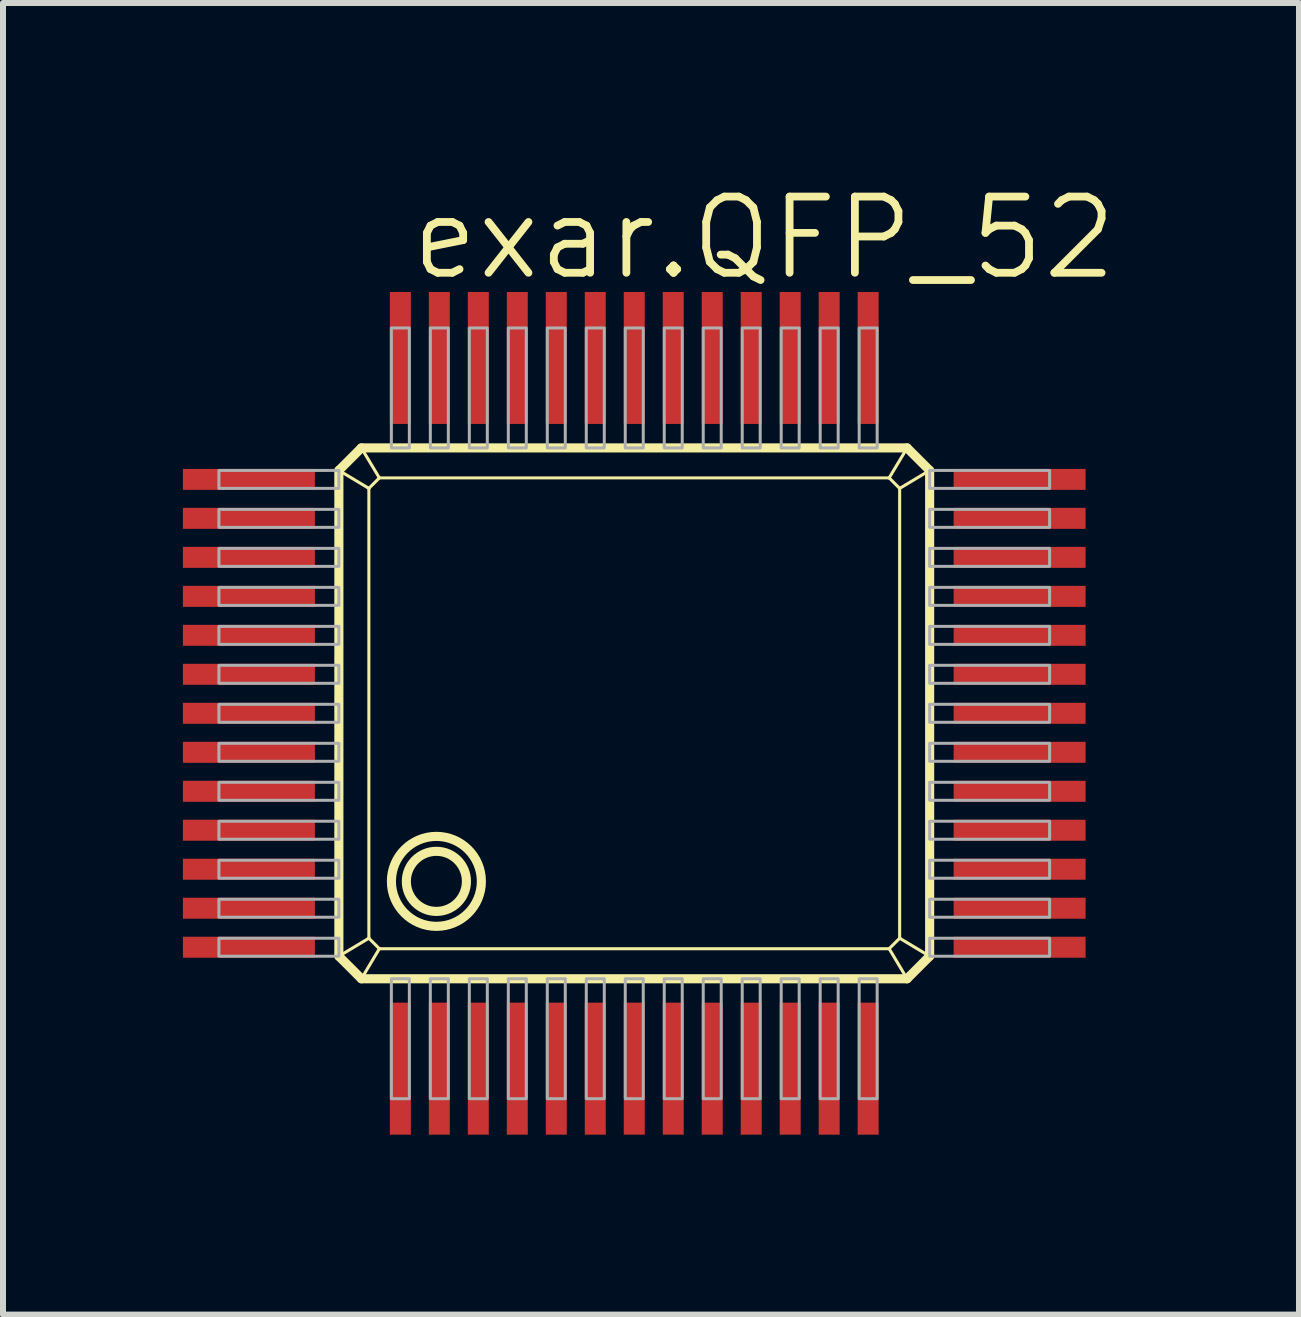
<source format=kicad_pcb>
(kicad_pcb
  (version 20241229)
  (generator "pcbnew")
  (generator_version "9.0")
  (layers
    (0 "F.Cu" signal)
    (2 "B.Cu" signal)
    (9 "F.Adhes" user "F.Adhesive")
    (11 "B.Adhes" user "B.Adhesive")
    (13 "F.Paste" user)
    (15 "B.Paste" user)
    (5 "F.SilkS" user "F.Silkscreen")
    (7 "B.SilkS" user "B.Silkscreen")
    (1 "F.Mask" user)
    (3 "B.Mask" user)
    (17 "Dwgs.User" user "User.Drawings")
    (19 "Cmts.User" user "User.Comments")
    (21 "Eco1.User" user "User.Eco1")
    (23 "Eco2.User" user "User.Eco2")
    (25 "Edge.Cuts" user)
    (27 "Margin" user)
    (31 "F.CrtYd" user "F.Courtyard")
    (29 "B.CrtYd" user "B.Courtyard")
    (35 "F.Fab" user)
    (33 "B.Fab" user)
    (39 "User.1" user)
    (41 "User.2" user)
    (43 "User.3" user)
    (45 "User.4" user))
  (footprint "exar.QFP_52"
    (layer "F.Cu")
    (at 7.2 8.518)
    (property "Reference" "exar.QFP_52" (at -3.46 -6.858 0) (layer "F.SilkS") (effects (font (size 1.27 1.27) (thickness 0.13)) (justify left bottom)))
    (attr smd)
    (fp_line (start -4.6 -3.725) (end -4.225 -4.1) (stroke (width 0.152) (type default)) (layer "F.SilkS"))
    (fp_line (start -4.6 -3.725) (end -4.1 -3.425) (stroke (width 0.051) (type default)) (layer "F.SilkS"))
    (fp_line (start -4.6 4.375) (end -4.6 -3.725) (stroke (width 0.152) (type default)) (layer "F.SilkS"))
    (fp_line (start -4.6 4.375) (end -4.1 4.075) (stroke (width 0.051) (type default)) (layer "F.SilkS"))
    (fp_line (start -4.225 -4.1) (end -3.925 -3.6) (stroke (width 0.051) (type default)) (layer "F.SilkS"))
    (fp_line (start -4.225 -4.1) (end 4.875 -4.1) (stroke (width 0.152) (type default)) (layer "F.SilkS"))
    (fp_line (start -4.224 4.751) (end -4.6 4.375) (stroke (width 0.152) (type default)) (layer "F.SilkS"))
    (fp_line (start -4.224 4.751) (end -3.925 4.25) (stroke (width 0.051) (type default)) (layer "F.SilkS"))
    (fp_line (start -4.1 -3.425) (end -3.925 -3.6) (stroke (width 0.051) (type default)) (layer "F.SilkS"))
    (fp_line (start -4.1 4.075) (end -4.1 -3.425) (stroke (width 0.051) (type default)) (layer "F.SilkS"))
    (fp_line (start -3.925 -3.6) (end 4.575 -3.6) (stroke (width 0.051) (type default)) (layer "F.SilkS"))
    (fp_line (start -3.925 4.25) (end -4.1 4.075) (stroke (width 0.051) (type default)) (layer "F.SilkS"))
    (fp_line (start 4.575 -3.6) (end 4.75 -3.425) (stroke (width 0.051) (type default)) (layer "F.SilkS"))
    (fp_line (start 4.575 4.25) (end -3.925 4.25) (stroke (width 0.051) (type default)) (layer "F.SilkS"))
    (fp_line (start 4.75 -3.425) (end 4.75 4.075) (stroke (width 0.051) (type default)) (layer "F.SilkS"))
    (fp_line (start 4.75 4.075) (end 4.575 4.25) (stroke (width 0.051) (type default)) (layer "F.SilkS"))
    (fp_line (start 4.874 4.751) (end -4.224 4.751) (stroke (width 0.152) (type default)) (layer "F.SilkS"))
    (fp_line (start 4.874 4.751) (end 4.575 4.25) (stroke (width 0.051) (type default)) (layer "F.SilkS"))
    (fp_line (start 4.875 -4.1) (end 4.575 -3.6) (stroke (width 0.051) (type default)) (layer "F.SilkS"))
    (fp_line (start 4.875 -4.1) (end 5.25 -3.725) (stroke (width 0.152) (type default)) (layer "F.SilkS"))
    (fp_line (start 5.25 -3.725) (end 4.75 -3.425) (stroke (width 0.051) (type default)) (layer "F.SilkS"))
    (fp_line (start 5.25 -3.725) (end 5.25 4.375) (stroke (width 0.152) (type default)) (layer "F.SilkS"))
    (fp_line (start 5.25 4.375) (end 4.75 4.075) (stroke (width 0.051) (type default)) (layer "F.SilkS"))
    (fp_line (start 5.25 4.375) (end 4.874 4.751) (stroke (width 0.152) (type default)) (layer "F.SilkS"))
    (fp_circle (center -2.974 3.127) (end -2.473 3.127) (stroke (width 0.152) (type default)) (fill no) (layer "F.SilkS"))
    (fp_circle (center -2.974 3.127) (end -2.224 3.127) (stroke (width 0.152) (type default)) (fill no) (layer "F.SilkS"))
    (fp_rect (start -6.6 -3.425) (end -4.6 -3.725) (stroke (width 0.05) (type default)) (fill no) (layer "F.Fab"))
    (fp_rect (start -6.6 -2.775) (end -4.6 -3.075) (stroke (width 0.05) (type default)) (fill no) (layer "F.Fab"))
    (fp_rect (start -6.6 -2.125) (end -4.6 -2.425) (stroke (width 0.05) (type default)) (fill no) (layer "F.Fab"))
    (fp_rect (start -6.6 -1.475) (end -4.6 -1.775) (stroke (width 0.05) (type default)) (fill no) (layer "F.Fab"))
    (fp_rect (start -6.6 -0.825) (end -4.6 -1.125) (stroke (width 0.05) (type default)) (fill no) (layer "F.Fab"))
    (fp_rect (start -6.6 -0.175) (end -4.6 -0.475) (stroke (width 0.05) (type default)) (fill no) (layer "F.Fab"))
    (fp_rect (start -6.6 0.475) (end -4.6 0.175) (stroke (width 0.05) (type default)) (fill no) (layer "F.Fab"))
    (fp_rect (start -6.6 1.125) (end -4.6 0.825) (stroke (width 0.05) (type default)) (fill no) (layer "F.Fab"))
    (fp_rect (start -6.6 1.775) (end -4.6 1.475) (stroke (width 0.05) (type default)) (fill no) (layer "F.Fab"))
    (fp_rect (start -6.6 2.425) (end -4.6 2.125) (stroke (width 0.05) (type default)) (fill no) (layer "F.Fab"))
    (fp_rect (start -6.6 3.075) (end -4.6 2.775) (stroke (width 0.05) (type default)) (fill no) (layer "F.Fab"))
    (fp_rect (start -6.6 3.725) (end -4.6 3.425) (stroke (width 0.05) (type default)) (fill no) (layer "F.Fab"))
    (fp_rect (start -6.6 4.375) (end -4.6 4.075) (stroke (width 0.05) (type default)) (fill no) (layer "F.Fab"))
    (fp_rect (start -3.725 -4.1) (end -3.425 -6.1) (stroke (width 0.05) (type default)) (fill no) (layer "F.Fab"))
    (fp_rect (start -3.725 6.751) (end -3.425 4.751) (stroke (width 0.05) (type default)) (fill no) (layer "F.Fab"))
    (fp_rect (start -3.075 -4.1) (end -2.775 -6.1) (stroke (width 0.05) (type default)) (fill no) (layer "F.Fab"))
    (fp_rect (start -3.075 6.751) (end -2.775 4.751) (stroke (width 0.05) (type default)) (fill no) (layer "F.Fab"))
    (fp_rect (start -2.425 -4.1) (end -2.125 -6.1) (stroke (width 0.05) (type default)) (fill no) (layer "F.Fab"))
    (fp_rect (start -2.425 6.751) (end -2.125 4.751) (stroke (width 0.05) (type default)) (fill no) (layer "F.Fab"))
    (fp_rect (start -1.775 -4.1) (end -1.475 -6.1) (stroke (width 0.05) (type default)) (fill no) (layer "F.Fab"))
    (fp_rect (start -1.775 6.751) (end -1.475 4.751) (stroke (width 0.05) (type default)) (fill no) (layer "F.Fab"))
    (fp_rect (start -1.125 -4.1) (end -0.825 -6.1) (stroke (width 0.05) (type default)) (fill no) (layer "F.Fab"))
    (fp_rect (start -1.125 6.751) (end -0.825 4.751) (stroke (width 0.05) (type default)) (fill no) (layer "F.Fab"))
    (fp_rect (start -0.475 -4.1) (end -0.175 -6.1) (stroke (width 0.05) (type default)) (fill no) (layer "F.Fab"))
    (fp_rect (start -0.475 6.751) (end -0.175 4.751) (stroke (width 0.05) (type default)) (fill no) (layer "F.Fab"))
    (fp_rect (start 0.175 -4.1) (end 0.475 -6.1) (stroke (width 0.05) (type default)) (fill no) (layer "F.Fab"))
    (fp_rect (start 0.175 6.751) (end 0.475 4.751) (stroke (width 0.05) (type default)) (fill no) (layer "F.Fab"))
    (fp_rect (start 0.825 -4.1) (end 1.125 -6.1) (stroke (width 0.05) (type default)) (fill no) (layer "F.Fab"))
    (fp_rect (start 0.825 6.751) (end 1.125 4.751) (stroke (width 0.05) (type default)) (fill no) (layer "F.Fab"))
    (fp_rect (start 1.475 -4.1) (end 1.775 -6.1) (stroke (width 0.05) (type default)) (fill no) (layer "F.Fab"))
    (fp_rect (start 1.475 6.751) (end 1.775 4.751) (stroke (width 0.05) (type default)) (fill no) (layer "F.Fab"))
    (fp_rect (start 2.125 -4.1) (end 2.425 -6.1) (stroke (width 0.05) (type default)) (fill no) (layer "F.Fab"))
    (fp_rect (start 2.125 6.751) (end 2.425 4.751) (stroke (width 0.05) (type default)) (fill no) (layer "F.Fab"))
    (fp_rect (start 2.775 -4.1) (end 3.075 -6.1) (stroke (width 0.05) (type default)) (fill no) (layer "F.Fab"))
    (fp_rect (start 2.775 6.751) (end 3.075 4.751) (stroke (width 0.05) (type default)) (fill no) (layer "F.Fab"))
    (fp_rect (start 3.425 -4.1) (end 3.725 -6.1) (stroke (width 0.05) (type default)) (fill no) (layer "F.Fab"))
    (fp_rect (start 3.425 6.751) (end 3.725 4.751) (stroke (width 0.05) (type default)) (fill no) (layer "F.Fab"))
    (fp_rect (start 4.075 -4.1) (end 4.375 -6.1) (stroke (width 0.05) (type default)) (fill no) (layer "F.Fab"))
    (fp_rect (start 4.075 6.751) (end 4.375 4.751) (stroke (width 0.05) (type default)) (fill no) (layer "F.Fab"))
    (fp_rect (start 5.25 -3.425) (end 7.25 -3.725) (stroke (width 0.05) (type default)) (fill no) (layer "F.Fab"))
    (fp_rect (start 5.25 -2.775) (end 7.25 -3.075) (stroke (width 0.05) (type default)) (fill no) (layer "F.Fab"))
    (fp_rect (start 5.25 -2.125) (end 7.25 -2.425) (stroke (width 0.05) (type default)) (fill no) (layer "F.Fab"))
    (fp_rect (start 5.25 -1.475) (end 7.25 -1.775) (stroke (width 0.05) (type default)) (fill no) (layer "F.Fab"))
    (fp_rect (start 5.25 -0.825) (end 7.25 -1.125) (stroke (width 0.05) (type default)) (fill no) (layer "F.Fab"))
    (fp_rect (start 5.25 -0.175) (end 7.25 -0.475) (stroke (width 0.05) (type default)) (fill no) (layer "F.Fab"))
    (fp_rect (start 5.25 0.475) (end 7.25 0.175) (stroke (width 0.05) (type default)) (fill no) (layer "F.Fab"))
    (fp_rect (start 5.25 1.125) (end 7.25 0.825) (stroke (width 0.05) (type default)) (fill no) (layer "F.Fab"))
    (fp_rect (start 5.25 1.775) (end 7.25 1.475) (stroke (width 0.05) (type default)) (fill no) (layer "F.Fab"))
    (fp_rect (start 5.25 2.425) (end 7.25 2.125) (stroke (width 0.05) (type default)) (fill no) (layer "F.Fab"))
    (fp_rect (start 5.25 3.075) (end 7.25 2.775) (stroke (width 0.05) (type default)) (fill no) (layer "F.Fab"))
    (fp_rect (start 5.25 3.725) (end 7.25 3.425) (stroke (width 0.05) (type default)) (fill no) (layer "F.Fab"))
    (fp_rect (start 5.25 4.375) (end 7.25 4.075) (stroke (width 0.05) (type default)) (fill no) (layer "F.Fab"))
    (pad "1" smd roundrect (at -3.575 6.25) (size 0.35 2.2) (layers "F.Cu" "F.Mask" "F.Paste") (roundrect_rratio 0.01))
    (pad "2" smd roundrect (at -2.925 6.25) (size 0.35 2.2) (layers "F.Cu" "F.Mask" "F.Paste") (roundrect_rratio 0.01))
    (pad "3" smd roundrect (at -2.275 6.25) (size 0.35 2.2) (layers "F.Cu" "F.Mask" "F.Paste") (roundrect_rratio 0.01))
    (pad "4" smd roundrect (at -1.625 6.25) (size 0.35 2.2) (layers "F.Cu" "F.Mask" "F.Paste") (roundrect_rratio 0.01))
    (pad "5" smd roundrect (at -0.975 6.25) (size 0.35 2.2) (layers "F.Cu" "F.Mask" "F.Paste") (roundrect_rratio 0.01))
    (pad "6" smd roundrect (at -0.325 6.25) (size 0.35 2.2) (layers "F.Cu" "F.Mask" "F.Paste") (roundrect_rratio 0.01))
    (pad "7" smd roundrect (at 0.325 6.25) (size 0.35 2.2) (layers "F.Cu" "F.Mask" "F.Paste") (roundrect_rratio 0.01))
    (pad "8" smd roundrect (at 0.975 6.25) (size 0.35 2.2) (layers "F.Cu" "F.Mask" "F.Paste") (roundrect_rratio 0.01))
    (pad "9" smd roundrect (at 1.625 6.25) (size 0.35 2.2) (layers "F.Cu" "F.Mask" "F.Paste") (roundrect_rratio 0.01))
    (pad "10" smd roundrect (at 2.275 6.25) (size 0.35 2.2) (layers "F.Cu" "F.Mask" "F.Paste") (roundrect_rratio 0.01))
    (pad "11" smd roundrect (at 2.925 6.25) (size 0.35 2.2) (layers "F.Cu" "F.Mask" "F.Paste") (roundrect_rratio 0.01))
    (pad "12" smd roundrect (at 3.575 6.25) (size 0.35 2.2) (layers "F.Cu" "F.Mask" "F.Paste") (roundrect_rratio 0.01))
    (pad "13" smd roundrect (at 4.225 6.25) (size 0.35 2.2) (layers "F.Cu" "F.Mask" "F.Paste") (roundrect_rratio 0.01))
    (pad "14" smd roundrect (at 6.75 4.225) (size 2.2 0.35) (layers "F.Cu" "F.Mask" "F.Paste") (roundrect_rratio 0.01))
    (pad "15" smd roundrect (at 6.75 3.575) (size 2.2 0.35) (layers "F.Cu" "F.Mask" "F.Paste") (roundrect_rratio 0.01))
    (pad "16" smd roundrect (at 6.75 2.925) (size 2.2 0.35) (layers "F.Cu" "F.Mask" "F.Paste") (roundrect_rratio 0.01))
    (pad "17" smd roundrect (at 6.75 2.275) (size 2.2 0.35) (layers "F.Cu" "F.Mask" "F.Paste") (roundrect_rratio 0.01))
    (pad "18" smd roundrect (at 6.75 1.625) (size 2.2 0.35) (layers "F.Cu" "F.Mask" "F.Paste") (roundrect_rratio 0.01))
    (pad "19" smd roundrect (at 6.75 0.975) (size 2.2 0.35) (layers "F.Cu" "F.Mask" "F.Paste") (roundrect_rratio 0.01))
    (pad "20" smd roundrect (at 6.75 0.325) (size 2.2 0.35) (layers "F.Cu" "F.Mask" "F.Paste") (roundrect_rratio 0.01))
    (pad "21" smd roundrect (at 6.75 -0.325) (size 2.2 0.35) (layers "F.Cu" "F.Mask" "F.Paste") (roundrect_rratio 0.01))
    (pad "22" smd roundrect (at 6.75 -0.975) (size 2.2 0.35) (layers "F.Cu" "F.Mask" "F.Paste") (roundrect_rratio 0.01))
    (pad "23" smd roundrect (at 6.75 -1.625) (size 2.2 0.35) (layers "F.Cu" "F.Mask" "F.Paste") (roundrect_rratio 0.01))
    (pad "24" smd roundrect (at 6.75 -2.275) (size 2.2 0.35) (layers "F.Cu" "F.Mask" "F.Paste") (roundrect_rratio 0.01))
    (pad "25" smd roundrect (at 6.75 -2.925) (size 2.2 0.35) (layers "F.Cu" "F.Mask" "F.Paste") (roundrect_rratio 0.01))
    (pad "26" smd roundrect (at 6.75 -3.575) (size 2.2 0.35) (layers "F.Cu" "F.Mask" "F.Paste") (roundrect_rratio 0.01))
    (pad "27" smd roundrect (at 4.225 -5.6) (size 0.35 2.2) (layers "F.Cu" "F.Mask" "F.Paste") (roundrect_rratio 0.01))
    (pad "28" smd roundrect (at 3.575 -5.6) (size 0.35 2.2) (layers "F.Cu" "F.Mask" "F.Paste") (roundrect_rratio 0.01))
    (pad "29" smd roundrect (at 2.925 -5.6) (size 0.35 2.2) (layers "F.Cu" "F.Mask" "F.Paste") (roundrect_rratio 0.01))
    (pad "30" smd roundrect (at 2.275 -5.6) (size 0.35 2.2) (layers "F.Cu" "F.Mask" "F.Paste") (roundrect_rratio 0.01))
    (pad "31" smd roundrect (at 1.625 -5.6) (size 0.35 2.2) (layers "F.Cu" "F.Mask" "F.Paste") (roundrect_rratio 0.01))
    (pad "32" smd roundrect (at 0.975 -5.6) (size 0.35 2.2) (layers "F.Cu" "F.Mask" "F.Paste") (roundrect_rratio 0.01))
    (pad "33" smd roundrect (at 0.325 -5.6) (size 0.35 2.2) (layers "F.Cu" "F.Mask" "F.Paste") (roundrect_rratio 0.01))
    (pad "34" smd roundrect (at -0.325 -5.6) (size 0.35 2.2) (layers "F.Cu" "F.Mask" "F.Paste") (roundrect_rratio 0.01))
    (pad "35" smd roundrect (at -0.975 -5.6) (size 0.35 2.2) (layers "F.Cu" "F.Mask" "F.Paste") (roundrect_rratio 0.01))
    (pad "36" smd roundrect (at -1.625 -5.6) (size 0.35 2.2) (layers "F.Cu" "F.Mask" "F.Paste") (roundrect_rratio 0.01))
    (pad "37" smd roundrect (at -2.275 -5.6) (size 0.35 2.2) (layers "F.Cu" "F.Mask" "F.Paste") (roundrect_rratio 0.01))
    (pad "38" smd roundrect (at -2.925 -5.6) (size 0.35 2.2) (layers "F.Cu" "F.Mask" "F.Paste") (roundrect_rratio 0.01))
    (pad "39" smd roundrect (at -3.575 -5.6) (size 0.35 2.2) (layers "F.Cu" "F.Mask" "F.Paste") (roundrect_rratio 0.01))
    (pad "40" smd roundrect (at -6.1 -3.575) (size 2.2 0.35) (layers "F.Cu" "F.Mask" "F.Paste") (roundrect_rratio 0.01))
    (pad "41" smd roundrect (at -6.1 -2.925) (size 2.2 0.35) (layers "F.Cu" "F.Mask" "F.Paste") (roundrect_rratio 0.01))
    (pad "42" smd roundrect (at -6.1 -2.275) (size 2.2 0.35) (layers "F.Cu" "F.Mask" "F.Paste") (roundrect_rratio 0.01))
    (pad "43" smd roundrect (at -6.1 -1.625) (size 2.2 0.35) (layers "F.Cu" "F.Mask" "F.Paste") (roundrect_rratio 0.01))
    (pad "44" smd roundrect (at -6.1 -0.975) (size 2.2 0.35) (layers "F.Cu" "F.Mask" "F.Paste") (roundrect_rratio 0.01))
    (pad "45" smd roundrect (at -6.1 -0.325) (size 2.2 0.35) (layers "F.Cu" "F.Mask" "F.Paste") (roundrect_rratio 0.01))
    (pad "46" smd roundrect (at -6.1 0.325) (size 2.2 0.35) (layers "F.Cu" "F.Mask" "F.Paste") (roundrect_rratio 0.01))
    (pad "47" smd roundrect (at -6.1 0.975) (size 2.2 0.35) (layers "F.Cu" "F.Mask" "F.Paste") (roundrect_rratio 0.01))
    (pad "48" smd roundrect (at -6.1 1.625) (size 2.2 0.35) (layers "F.Cu" "F.Mask" "F.Paste") (roundrect_rratio 0.01))
    (pad "49" smd roundrect (at -6.1 2.275) (size 2.2 0.35) (layers "F.Cu" "F.Mask" "F.Paste") (roundrect_rratio 0.01))
    (pad "50" smd roundrect (at -6.1 2.925) (size 2.2 0.35) (layers "F.Cu" "F.Mask" "F.Paste") (roundrect_rratio 0.01))
    (pad "51" smd roundrect (at -6.1 3.575) (size 2.2 0.35) (layers "F.Cu" "F.Mask" "F.Paste") (roundrect_rratio 0.01))
    (pad "52" smd roundrect (at -6.1 4.225) (size 2.2 0.35) (layers "F.Cu" "F.Mask" "F.Paste") (roundrect_rratio 0.01)))
  (gr_rect
    (start -3 -3)
    (end 18.608 18.868)
    (stroke (width 0.1) (type default))
    (fill no)
    (layer "Edge.Cuts")))
</source>
